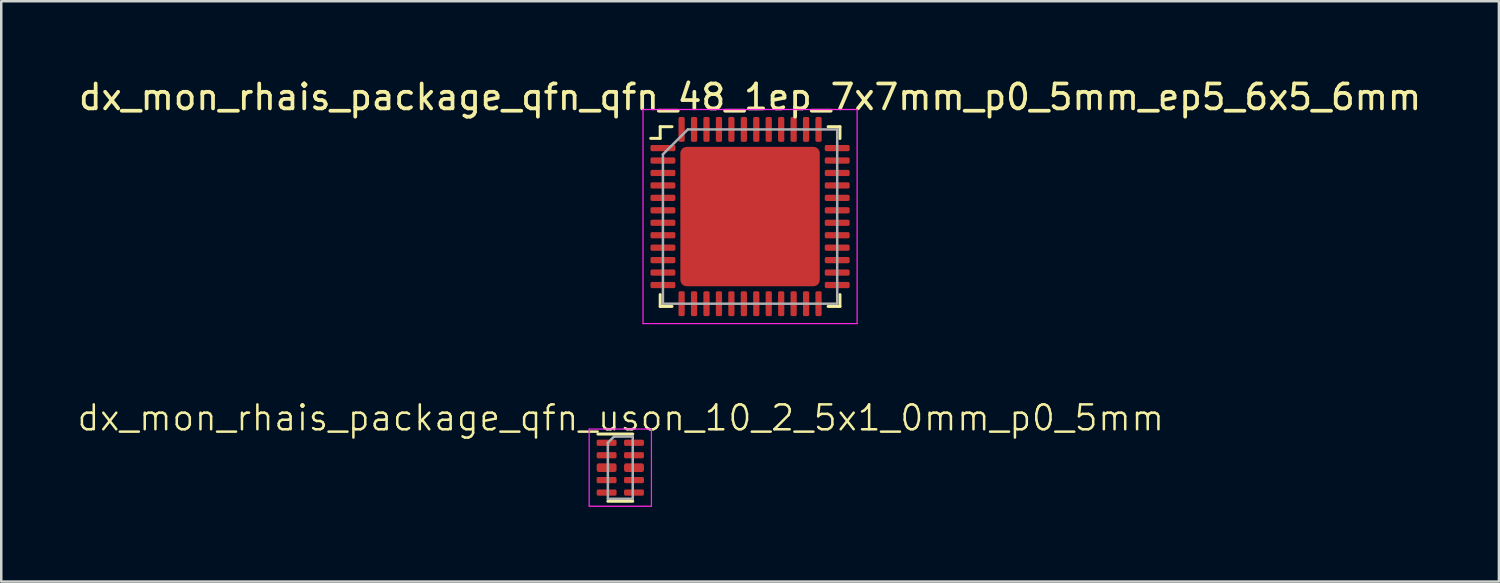
<source format=kicad_pcb>
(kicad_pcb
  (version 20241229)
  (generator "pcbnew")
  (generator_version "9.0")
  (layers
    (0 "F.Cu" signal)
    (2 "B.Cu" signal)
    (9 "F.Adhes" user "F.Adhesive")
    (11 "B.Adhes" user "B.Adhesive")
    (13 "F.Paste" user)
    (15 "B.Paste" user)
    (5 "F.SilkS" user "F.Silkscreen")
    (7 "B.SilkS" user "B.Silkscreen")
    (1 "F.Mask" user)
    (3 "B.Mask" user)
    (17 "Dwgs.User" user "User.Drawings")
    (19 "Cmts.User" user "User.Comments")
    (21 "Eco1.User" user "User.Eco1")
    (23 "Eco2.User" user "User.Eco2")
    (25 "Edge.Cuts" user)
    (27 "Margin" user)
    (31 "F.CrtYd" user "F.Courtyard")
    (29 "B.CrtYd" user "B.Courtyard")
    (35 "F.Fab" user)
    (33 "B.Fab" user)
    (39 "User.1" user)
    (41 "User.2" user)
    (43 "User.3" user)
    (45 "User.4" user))
  (footprint "dx_mon_rhais_package_qfn_uson_10_2_5x1_0mm_p0_5mm"
    (layer "F.Cu")
    (at 21.865 15.734)
    (property "Reference" "dx_mon_rhais_package_qfn_uson_10_2_5x1_0mm_p0_5mm" (at 0.018 -2 0) (layer "F.SilkS") (effects (font (size 1 1) (thickness 0.1))))
    (attr smd)
    (fp_line (start 0.5 -1.35) (end -0.9 -1.35) (stroke (width 0.12) (type solid)) (layer "F.SilkS"))
    (fp_line (start 0.5 1.35) (end -0.5 1.35) (stroke (width 0.12) (type solid)) (layer "F.SilkS"))
    (fp_line (start -1.25 -1.55) (end 1.25 -1.55) (stroke (width 0.05) (type solid)) (layer "F.CrtYd"))
    (fp_line (start -1.25 1.55) (end -1.25 -1.55) (stroke (width 0.05) (type solid)) (layer "F.CrtYd"))
    (fp_line (start 1.25 -1.55) (end 1.25 1.55) (stroke (width 0.05) (type solid)) (layer "F.CrtYd"))
    (fp_line (start 1.25 1.55) (end -1.25 1.55) (stroke (width 0.05) (type solid)) (layer "F.CrtYd"))
    (fp_line (start -0.5 -1) (end -0.5 1.25) (stroke (width 0.1) (type solid)) (layer "F.Fab"))
    (fp_line (start -0.5 1.25) (end 0.5 1.25) (stroke (width 0.1) (type solid)) (layer "F.Fab"))
    (fp_line (start -0.25 -1.25) (end -0.5 -1) (stroke (width 0.1) (type solid)) (layer "F.Fab"))
    (fp_line (start 0.5 -1.25) (end -0.25 -1.25) (stroke (width 0.1) (type solid)) (layer "F.Fab"))
    (fp_line (start 0.5 -1.25) (end 0.5 1.25) (stroke (width 0.1) (type solid)) (layer "F.Fab"))
    (pad "1" smd roundrect (at -0.55 -1 270) (size 0.25 0.8) (layers "F.Cu" "F.Mask" "F.Paste") (roundrect_rratio 0.25))
    (pad "2" smd roundrect (at -0.55 -0.5 270) (size 0.25 0.8) (layers "F.Cu" "F.Mask" "F.Paste") (roundrect_rratio 0.25))
    (pad "3" smd roundrect (at -0.55 0 270) (size 0.35 0.8) (layers "F.Cu" "F.Mask" "F.Paste") (roundrect_rratio 0.25))
    (pad "4" smd roundrect (at -0.55 0.5 270) (size 0.25 0.8) (layers "F.Cu" "F.Mask" "F.Paste") (roundrect_rratio 0.25))
    (pad "5" smd roundrect (at -0.55 1 270) (size 0.25 0.8) (layers "F.Cu" "F.Mask" "F.Paste") (roundrect_rratio 0.25))
    (pad "6" smd roundrect (at 0.55 1 270) (size 0.25 0.8) (layers "F.Cu" "F.Mask" "F.Paste") (roundrect_rratio 0.25))
    (pad "7" smd roundrect (at 0.55 0.5 270) (size 0.25 0.8) (layers "F.Cu" "F.Mask" "F.Paste") (roundrect_rratio 0.25))
    (pad "8" smd roundrect (at 0.55 0 270) (size 0.35 0.8) (layers "F.Cu" "F.Mask" "F.Paste") (roundrect_rratio 0.25))
    (pad "9" smd roundrect (at 0.55 -0.5 270) (size 0.25 0.8) (layers "F.Cu" "F.Mask" "F.Paste") (roundrect_rratio 0.25))
    (pad "10" smd roundrect (at 0.55 -1 270) (size 0.25 0.8) (layers "F.Cu" "F.Mask" "F.Paste") (roundrect_rratio 0.25)))
  (footprint "dx_mon_rhais_package_qfn_qfn_48_1ep_7x7mm_p0_5mm_ep5_6x5_6mm"
    (layer "F.Cu")
    (at 27.077 5.648)
    (property "Reference" "dx_mon_rhais_package_qfn_qfn_48_1ep_7x7mm_p0_5mm_ep5_6x5_6mm" (at 0 -4.8 0) (layer "F.SilkS") (effects (font (size 1 1) (thickness 0.15))))
    (attr smd)
    (fp_line (start -3.61 -3.61) (end -3.61 -3.14) (stroke (width 0.12) (type solid)) (layer "F.SilkS"))
    (fp_line (start -3.61 -3.14) (end -3.99 -3.14) (stroke (width 0.12) (type solid)) (layer "F.SilkS"))
    (fp_line (start -3.61 3.61) (end -3.61 3.135) (stroke (width 0.12) (type solid)) (layer "F.SilkS"))
    (fp_line (start -3.135 -3.61) (end -3.61 -3.61) (stroke (width 0.12) (type solid)) (layer "F.SilkS"))
    (fp_line (start -3.135 3.61) (end -3.61 3.61) (stroke (width 0.12) (type solid)) (layer "F.SilkS"))
    (fp_line (start 3.135 -3.61) (end 3.61 -3.61) (stroke (width 0.12) (type solid)) (layer "F.SilkS"))
    (fp_line (start 3.135 3.61) (end 3.61 3.61) (stroke (width 0.12) (type solid)) (layer "F.SilkS"))
    (fp_line (start 3.61 -3.61) (end 3.61 -3.135) (stroke (width 0.12) (type solid)) (layer "F.SilkS"))
    (fp_line (start 3.61 3.61) (end 3.61 3.135) (stroke (width 0.12) (type solid)) (layer "F.SilkS"))
    (fp_line (start -4.3 -4.3) (end -4.3 4.3) (stroke (width 0.05) (type solid)) (layer "F.CrtYd"))
    (fp_line (start -4.3 4.3) (end 4.3 4.3) (stroke (width 0.05) (type solid)) (layer "F.CrtYd"))
    (fp_line (start 4.3 -4.3) (end -4.3 -4.3) (stroke (width 0.05) (type solid)) (layer "F.CrtYd"))
    (fp_line (start 4.3 4.3) (end 4.3 -4.3) (stroke (width 0.05) (type solid)) (layer "F.CrtYd"))
    (fp_line (start -3.5 -2.5) (end -2.5 -3.5) (stroke (width 0.1) (type solid)) (layer "F.Fab"))
    (fp_line (start -3.5 3.5) (end -3.5 -2.5) (stroke (width 0.1) (type solid)) (layer "F.Fab"))
    (fp_line (start -2.5 -3.5) (end 3.5 -3.5) (stroke (width 0.1) (type solid)) (layer "F.Fab"))
    (fp_line (start 3.5 -3.5) (end 3.5 3.5) (stroke (width 0.1) (type solid)) (layer "F.Fab"))
    (fp_line (start 3.5 3.5) (end -3.5 3.5) (stroke (width 0.1) (type solid)) (layer "F.Fab"))
    (pad "" smd roundrect (at -2.1 -2.1) (size 1.13 1.13) (layers "F.Paste") (roundrect_rratio 0.221))
    (pad "" smd roundrect (at -2.1 -0.7) (size 1.13 1.13) (layers "F.Paste") (roundrect_rratio 0.221))
    (pad "" smd roundrect (at -2.1 0.7) (size 1.13 1.13) (layers "F.Paste") (roundrect_rratio 0.221))
    (pad "" smd roundrect (at -2.1 2.1) (size 1.13 1.13) (layers "F.Paste") (roundrect_rratio 0.221))
    (pad "" smd roundrect (at -0.7 -2.1) (size 1.13 1.13) (layers "F.Paste") (roundrect_rratio 0.221))
    (pad "" smd roundrect (at -0.7 -0.7) (size 1.13 1.13) (layers "F.Paste") (roundrect_rratio 0.221))
    (pad "" smd roundrect (at -0.7 0.7) (size 1.13 1.13) (layers "F.Paste") (roundrect_rratio 0.221))
    (pad "" smd roundrect (at -0.7 2.1) (size 1.13 1.13) (layers "F.Paste") (roundrect_rratio 0.221))
    (pad "" smd roundrect (at 0.7 -2.1) (size 1.13 1.13) (layers "F.Paste") (roundrect_rratio 0.221))
    (pad "" smd roundrect (at 0.7 -0.7) (size 1.13 1.13) (layers "F.Paste") (roundrect_rratio 0.221))
    (pad "" smd roundrect (at 0.7 0.7) (size 1.13 1.13) (layers "F.Paste") (roundrect_rratio 0.221))
    (pad "" smd roundrect (at 0.7 2.1) (size 1.13 1.13) (layers "F.Paste") (roundrect_rratio 0.221))
    (pad "" smd roundrect (at 2.1 -2.1) (size 1.13 1.13) (layers "F.Paste") (roundrect_rratio 0.221))
    (pad "" smd roundrect (at 2.1 -0.7) (size 1.13 1.13) (layers "F.Paste") (roundrect_rratio 0.221))
    (pad "" smd roundrect (at 2.1 0.7) (size 1.13 1.13) (layers "F.Paste") (roundrect_rratio 0.221))
    (pad "" smd roundrect (at 2.1 2.1) (size 1.13 1.13) (layers "F.Paste") (roundrect_rratio 0.221))
    (pad "1" smd roundrect (at -3.5 -2.75) (size 1 0.25) (layers "F.Cu" "F.Mask" "F.Paste") (roundrect_rratio 0.25))
    (pad "2" smd roundrect (at -3.5 -2.25) (size 1 0.25) (layers "F.Cu" "F.Mask" "F.Paste") (roundrect_rratio 0.25))
    (pad "3" smd roundrect (at -3.5 -1.75) (size 1 0.25) (layers "F.Cu" "F.Mask" "F.Paste") (roundrect_rratio 0.25))
    (pad "4" smd roundrect (at -3.5 -1.25) (size 1 0.25) (layers "F.Cu" "F.Mask" "F.Paste") (roundrect_rratio 0.25))
    (pad "5" smd roundrect (at -3.5 -0.75) (size 1 0.25) (layers "F.Cu" "F.Mask" "F.Paste") (roundrect_rratio 0.25))
    (pad "6" smd roundrect (at -3.5 -0.25) (size 1 0.25) (layers "F.Cu" "F.Mask" "F.Paste") (roundrect_rratio 0.25))
    (pad "7" smd roundrect (at -3.5 0.25) (size 1 0.25) (layers "F.Cu" "F.Mask" "F.Paste") (roundrect_rratio 0.25))
    (pad "8" smd roundrect (at -3.5 0.75) (size 1 0.25) (layers "F.Cu" "F.Mask" "F.Paste") (roundrect_rratio 0.25))
    (pad "9" smd roundrect (at -3.5 1.25) (size 1 0.25) (layers "F.Cu" "F.Mask" "F.Paste") (roundrect_rratio 0.25))
    (pad "10" smd roundrect (at -3.5 1.75) (size 1 0.25) (layers "F.Cu" "F.Mask" "F.Paste") (roundrect_rratio 0.25))
    (pad "11" smd roundrect (at -3.5 2.25) (size 1 0.25) (layers "F.Cu" "F.Mask" "F.Paste") (roundrect_rratio 0.25))
    (pad "12" smd roundrect (at -3.5 2.75) (size 1 0.25) (layers "F.Cu" "F.Mask" "F.Paste") (roundrect_rratio 0.25))
    (pad "13" smd roundrect (at -2.75 3.5) (size 0.25 1) (layers "F.Cu" "F.Mask" "F.Paste") (roundrect_rratio 0.25))
    (pad "14" smd roundrect (at -2.25 3.5) (size 0.25 1) (layers "F.Cu" "F.Mask" "F.Paste") (roundrect_rratio 0.25))
    (pad "15" smd roundrect (at -1.75 3.5) (size 0.25 1) (layers "F.Cu" "F.Mask" "F.Paste") (roundrect_rratio 0.25))
    (pad "16" smd roundrect (at -1.25 3.5) (size 0.25 1) (layers "F.Cu" "F.Mask" "F.Paste") (roundrect_rratio 0.25))
    (pad "17" smd roundrect (at -0.75 3.5) (size 0.25 1) (layers "F.Cu" "F.Mask" "F.Paste") (roundrect_rratio 0.25))
    (pad "18" smd roundrect (at -0.25 3.5) (size 0.25 1) (layers "F.Cu" "F.Mask" "F.Paste") (roundrect_rratio 0.25))
    (pad "19" smd roundrect (at 0.25 3.5) (size 0.25 1) (layers "F.Cu" "F.Mask" "F.Paste") (roundrect_rratio 0.25))
    (pad "20" smd roundrect (at 0.75 3.5) (size 0.25 1) (layers "F.Cu" "F.Mask" "F.Paste") (roundrect_rratio 0.25))
    (pad "21" smd roundrect (at 1.25 3.5) (size 0.25 1) (layers "F.Cu" "F.Mask" "F.Paste") (roundrect_rratio 0.25))
    (pad "22" smd roundrect (at 1.75 3.5) (size 0.25 1) (layers "F.Cu" "F.Mask" "F.Paste") (roundrect_rratio 0.25))
    (pad "23" smd roundrect (at 2.25 3.5) (size 0.25 1) (layers "F.Cu" "F.Mask" "F.Paste") (roundrect_rratio 0.25))
    (pad "24" smd roundrect (at 2.75 3.5) (size 0.25 1) (layers "F.Cu" "F.Mask" "F.Paste") (roundrect_rratio 0.25))
    (pad "25" smd roundrect (at 3.5 2.75) (size 1 0.25) (layers "F.Cu" "F.Mask" "F.Paste") (roundrect_rratio 0.25))
    (pad "26" smd roundrect (at 3.5 2.25) (size 1 0.25) (layers "F.Cu" "F.Mask" "F.Paste") (roundrect_rratio 0.25))
    (pad "27" smd roundrect (at 3.5 1.75) (size 1 0.25) (layers "F.Cu" "F.Mask" "F.Paste") (roundrect_rratio 0.25))
    (pad "28" smd roundrect (at 3.5 1.25) (size 1 0.25) (layers "F.Cu" "F.Mask" "F.Paste") (roundrect_rratio 0.25))
    (pad "29" smd roundrect (at 3.5 0.75) (size 1 0.25) (layers "F.Cu" "F.Mask" "F.Paste") (roundrect_rratio 0.25))
    (pad "30" smd roundrect (at 3.5 0.25) (size 1 0.25) (layers "F.Cu" "F.Mask" "F.Paste") (roundrect_rratio 0.25))
    (pad "31" smd roundrect (at 3.5 -0.25) (size 1 0.25) (layers "F.Cu" "F.Mask" "F.Paste") (roundrect_rratio 0.25))
    (pad "32" smd roundrect (at 3.5 -0.75) (size 1 0.25) (layers "F.Cu" "F.Mask" "F.Paste") (roundrect_rratio 0.25))
    (pad "33" smd roundrect (at 3.5 -1.25) (size 1 0.25) (layers "F.Cu" "F.Mask" "F.Paste") (roundrect_rratio 0.25))
    (pad "34" smd roundrect (at 3.5 -1.75) (size 1 0.25) (layers "F.Cu" "F.Mask" "F.Paste") (roundrect_rratio 0.25))
    (pad "35" smd roundrect (at 3.5 -2.25) (size 1 0.25) (layers "F.Cu" "F.Mask" "F.Paste") (roundrect_rratio 0.25))
    (pad "36" smd roundrect (at 3.5 -2.75) (size 1 0.25) (layers "F.Cu" "F.Mask" "F.Paste") (roundrect_rratio 0.25))
    (pad "37" smd roundrect (at 2.75 -3.5) (size 0.25 1) (layers "F.Cu" "F.Mask" "F.Paste") (roundrect_rratio 0.25))
    (pad "38" smd roundrect (at 2.25 -3.5) (size 0.25 1) (layers "F.Cu" "F.Mask" "F.Paste") (roundrect_rratio 0.25))
    (pad "39" smd roundrect (at 1.75 -3.5) (size 0.25 1) (layers "F.Cu" "F.Mask" "F.Paste") (roundrect_rratio 0.25))
    (pad "40" smd roundrect (at 1.25 -3.5) (size 0.25 1) (layers "F.Cu" "F.Mask" "F.Paste") (roundrect_rratio 0.25))
    (pad "41" smd roundrect (at 0.75 -3.5) (size 0.25 1) (layers "F.Cu" "F.Mask" "F.Paste") (roundrect_rratio 0.25))
    (pad "42" smd roundrect (at 0.25 -3.5) (size 0.25 1) (layers "F.Cu" "F.Mask" "F.Paste") (roundrect_rratio 0.25))
    (pad "43" smd roundrect (at -0.25 -3.5) (size 0.25 1) (layers "F.Cu" "F.Mask" "F.Paste") (roundrect_rratio 0.25))
    (pad "44" smd roundrect (at -0.75 -3.5) (size 0.25 1) (layers "F.Cu" "F.Mask" "F.Paste") (roundrect_rratio 0.25))
    (pad "45" smd roundrect (at -1.25 -3.5) (size 0.25 1) (layers "F.Cu" "F.Mask" "F.Paste") (roundrect_rratio 0.25))
    (pad "46" smd roundrect (at -1.75 -3.5) (size 0.25 1) (layers "F.Cu" "F.Mask" "F.Paste") (roundrect_rratio 0.25))
    (pad "47" smd roundrect (at -2.25 -3.5) (size 0.25 1) (layers "F.Cu" "F.Mask" "F.Paste") (roundrect_rratio 0.25))
    (pad "48" smd roundrect (at -2.75 -3.5) (size 0.25 1) (layers "F.Cu" "F.Mask" "F.Paste") (roundrect_rratio 0.25))
    (pad "49" smd roundrect (at 0 0) (size 5.6 5.6) (layers "F.Cu" "F.Mask") (roundrect_rratio 0.045)))
  (gr_rect
    (start -3 -3)
    (end 57.155 20.309)
    (stroke (width 0.1) (type default))
    (fill no)
    (layer "Edge.Cuts")))
</source>
